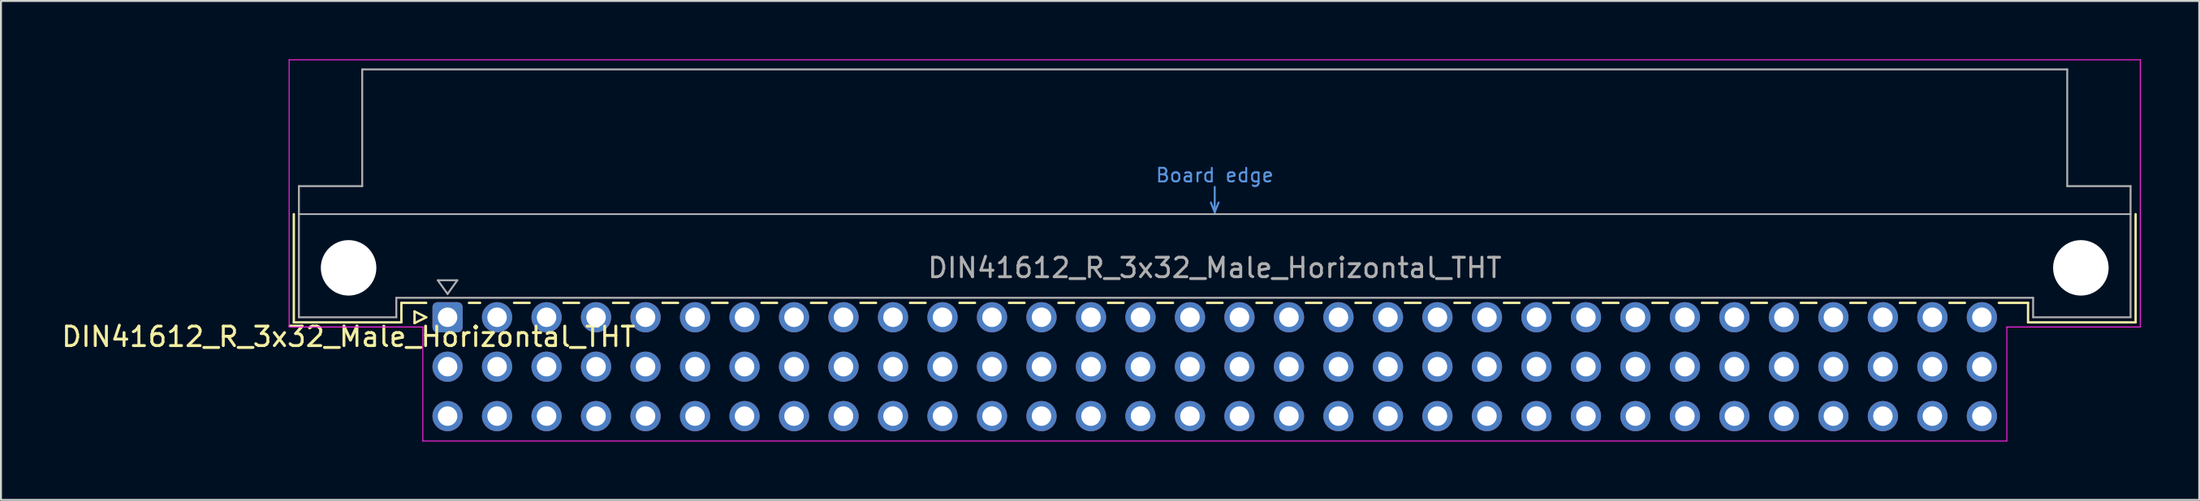
<source format=kicad_pcb>
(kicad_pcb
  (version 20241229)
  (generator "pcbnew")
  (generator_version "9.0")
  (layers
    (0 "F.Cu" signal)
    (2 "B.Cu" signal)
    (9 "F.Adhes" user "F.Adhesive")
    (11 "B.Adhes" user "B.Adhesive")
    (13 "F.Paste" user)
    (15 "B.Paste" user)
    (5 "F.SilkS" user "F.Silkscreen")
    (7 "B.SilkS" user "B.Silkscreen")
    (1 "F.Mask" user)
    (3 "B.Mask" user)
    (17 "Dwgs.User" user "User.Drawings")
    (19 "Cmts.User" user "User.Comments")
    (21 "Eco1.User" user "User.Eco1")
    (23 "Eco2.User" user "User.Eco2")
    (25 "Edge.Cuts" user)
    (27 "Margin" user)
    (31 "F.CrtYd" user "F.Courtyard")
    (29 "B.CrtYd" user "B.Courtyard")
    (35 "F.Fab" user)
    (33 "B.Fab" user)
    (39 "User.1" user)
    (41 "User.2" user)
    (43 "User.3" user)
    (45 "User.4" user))
  (footprint "DIN41612_R_3x32_Male_Horizontal_THT"
    (layer "F.Cu")
    (at 19.919 13.255)
    (property "Reference" "DIN41612_R_3x32_Male_Horizontal_THT" (at -5.08 1 0) (layer "F.SilkS") (effects (font (size 1 1) (thickness 0.15))))
    (attr through_hole)
    (fp_line (start -7.89 -5.3) (end -7.89 0.26) (stroke (width 0.12) (type solid)) (layer "F.SilkS"))
    (fp_line (start -7.89 0.26) (end -2.37 0.26) (stroke (width 0.12) (type solid)) (layer "F.SilkS"))
    (fp_line (start -2.371 -0.74) (end -1.095 -0.74) (stroke (width 0.12) (type solid)) (layer "F.SilkS"))
    (fp_line (start -2.37 0.26) (end -2.37 -0.74) (stroke (width 0.12) (type solid)) (layer "F.SilkS"))
    (fp_line (start -1.695 -0.3) (end -1.695 0.3) (stroke (width 0.12) (type solid)) (layer "F.SilkS"))
    (fp_line (start -1.695 0.3) (end -1.095 0) (stroke (width 0.12) (type solid)) (layer "F.SilkS"))
    (fp_line (start -1.095 0) (end -1.695 -0.3) (stroke (width 0.12) (type solid)) (layer "F.SilkS"))
    (fp_line (start 1.095 -0.74) (end 1.671 -0.74) (stroke (width 0.12) (type solid)) (layer "F.SilkS"))
    (fp_line (start 3.41 -0.74) (end 4.211 -0.74) (stroke (width 0.12) (type solid)) (layer "F.SilkS"))
    (fp_line (start 5.95 -0.74) (end 6.751 -0.74) (stroke (width 0.12) (type solid)) (layer "F.SilkS"))
    (fp_line (start 8.49 -0.74) (end 9.291 -0.74) (stroke (width 0.12) (type solid)) (layer "F.SilkS"))
    (fp_line (start 11.03 -0.74) (end 11.831 -0.74) (stroke (width 0.12) (type solid)) (layer "F.SilkS"))
    (fp_line (start 13.57 -0.74) (end 14.371 -0.74) (stroke (width 0.12) (type solid)) (layer "F.SilkS"))
    (fp_line (start 16.11 -0.74) (end 16.911 -0.74) (stroke (width 0.12) (type solid)) (layer "F.SilkS"))
    (fp_line (start 18.65 -0.74) (end 19.451 -0.74) (stroke (width 0.12) (type solid)) (layer "F.SilkS"))
    (fp_line (start 21.19 -0.74) (end 21.991 -0.74) (stroke (width 0.12) (type solid)) (layer "F.SilkS"))
    (fp_line (start 23.73 -0.74) (end 24.531 -0.74) (stroke (width 0.12) (type solid)) (layer "F.SilkS"))
    (fp_line (start 26.27 -0.74) (end 27.071 -0.74) (stroke (width 0.12) (type solid)) (layer "F.SilkS"))
    (fp_line (start 28.81 -0.74) (end 29.611 -0.74) (stroke (width 0.12) (type solid)) (layer "F.SilkS"))
    (fp_line (start 31.35 -0.74) (end 32.151 -0.74) (stroke (width 0.12) (type solid)) (layer "F.SilkS"))
    (fp_line (start 33.89 -0.74) (end 34.691 -0.74) (stroke (width 0.12) (type solid)) (layer "F.SilkS"))
    (fp_line (start 36.43 -0.74) (end 37.231 -0.74) (stroke (width 0.12) (type solid)) (layer "F.SilkS"))
    (fp_line (start 38.97 -0.74) (end 39.771 -0.74) (stroke (width 0.12) (type solid)) (layer "F.SilkS"))
    (fp_line (start 41.51 -0.74) (end 42.311 -0.74) (stroke (width 0.12) (type solid)) (layer "F.SilkS"))
    (fp_line (start 44.05 -0.74) (end 44.851 -0.74) (stroke (width 0.12) (type solid)) (layer "F.SilkS"))
    (fp_line (start 46.59 -0.74) (end 47.391 -0.74) (stroke (width 0.12) (type solid)) (layer "F.SilkS"))
    (fp_line (start 49.13 -0.74) (end 49.931 -0.74) (stroke (width 0.12) (type solid)) (layer "F.SilkS"))
    (fp_line (start 51.67 -0.74) (end 52.471 -0.74) (stroke (width 0.12) (type solid)) (layer "F.SilkS"))
    (fp_line (start 54.21 -0.74) (end 55.011 -0.74) (stroke (width 0.12) (type solid)) (layer "F.SilkS"))
    (fp_line (start 56.75 -0.74) (end 57.551 -0.74) (stroke (width 0.12) (type solid)) (layer "F.SilkS"))
    (fp_line (start 59.29 -0.74) (end 60.091 -0.74) (stroke (width 0.12) (type solid)) (layer "F.SilkS"))
    (fp_line (start 61.83 -0.74) (end 62.631 -0.74) (stroke (width 0.12) (type solid)) (layer "F.SilkS"))
    (fp_line (start 64.37 -0.74) (end 65.171 -0.74) (stroke (width 0.12) (type solid)) (layer "F.SilkS"))
    (fp_line (start 66.91 -0.74) (end 67.711 -0.74) (stroke (width 0.12) (type solid)) (layer "F.SilkS"))
    (fp_line (start 69.45 -0.74) (end 70.251 -0.74) (stroke (width 0.12) (type solid)) (layer "F.SilkS"))
    (fp_line (start 71.99 -0.74) (end 72.791 -0.74) (stroke (width 0.12) (type solid)) (layer "F.SilkS"))
    (fp_line (start 74.53 -0.74) (end 75.331 -0.74) (stroke (width 0.12) (type solid)) (layer "F.SilkS"))
    (fp_line (start 77.07 -0.74) (end 77.871 -0.74) (stroke (width 0.12) (type solid)) (layer "F.SilkS"))
    (fp_line (start 79.61 -0.74) (end 81.11 -0.74) (stroke (width 0.12) (type solid)) (layer "F.SilkS"))
    (fp_line (start 81.11 0.26) (end 81.11 -0.74) (stroke (width 0.12) (type solid)) (layer "F.SilkS"))
    (fp_line (start 86.63 -5.3) (end 86.63 0.26) (stroke (width 0.12) (type solid)) (layer "F.SilkS"))
    (fp_line (start 86.63 0.26) (end 81.11 0.26) (stroke (width 0.12) (type solid)) (layer "F.SilkS"))
    (fp_line (start -7.63 -5.3) (end 86.37 -5.3) (stroke (width 0.08) (type solid)) (layer "Dwgs.User"))
    (fp_line (start 39.17 -5.9) (end 39.37 -5.4) (stroke (width 0.1) (type solid)) (layer "Cmts.User"))
    (fp_line (start 39.37 -5.4) (end 39.37 -6.7) (stroke (width 0.1) (type solid)) (layer "Cmts.User"))
    (fp_line (start 39.37 -5.4) (end 39.57 -5.9) (stroke (width 0.1) (type solid)) (layer "Cmts.User"))
    (fp_line (start -8.13 -13.23) (end -8.13 0.5) (stroke (width 0.05) (type solid)) (layer "F.CrtYd"))
    (fp_line (start -8.13 0.5) (end -1.27 0.5) (stroke (width 0.05) (type solid)) (layer "F.CrtYd"))
    (fp_line (start -1.27 0.5) (end -1.27 6.36) (stroke (width 0.05) (type solid)) (layer "F.CrtYd"))
    (fp_line (start -1.27 6.36) (end 80.02 6.36) (stroke (width 0.05) (type solid)) (layer "F.CrtYd"))
    (fp_line (start 80.02 0.5) (end 86.87 0.5) (stroke (width 0.05) (type solid)) (layer "F.CrtYd"))
    (fp_line (start 80.02 6.36) (end 80.02 0.5) (stroke (width 0.05) (type solid)) (layer "F.CrtYd"))
    (fp_line (start 86.87 -13.23) (end -8.13 -13.23) (stroke (width 0.05) (type solid)) (layer "F.CrtYd"))
    (fp_line (start 86.87 0.5) (end 86.87 -13.23) (stroke (width 0.05) (type solid)) (layer "F.CrtYd"))
    (fp_line (start -7.63 -6.74) (end -7.63 0) (stroke (width 0.1) (type solid)) (layer "F.Fab"))
    (fp_line (start -7.63 0) (end -2.63 0) (stroke (width 0.1) (type solid)) (layer "F.Fab"))
    (fp_line (start -4.38 -12.74) (end -4.38 -6.74) (stroke (width 0.1) (type solid)) (layer "F.Fab"))
    (fp_line (start -4.38 -6.74) (end -7.63 -6.74) (stroke (width 0.1) (type solid)) (layer "F.Fab"))
    (fp_line (start -2.63 -1) (end 81.37 -1) (stroke (width 0.1) (type solid)) (layer "F.Fab"))
    (fp_line (start -2.63 0) (end -2.63 -1) (stroke (width 0.1) (type solid)) (layer "F.Fab"))
    (fp_line (start -0.5 -1.9) (end 0.5 -1.9) (stroke (width 0.1) (type solid)) (layer "F.Fab"))
    (fp_line (start 0 -1.2) (end -0.5 -1.9) (stroke (width 0.1) (type solid)) (layer "F.Fab"))
    (fp_line (start 0.5 -1.9) (end 0 -1.2) (stroke (width 0.1) (type solid)) (layer "F.Fab"))
    (fp_line (start 81.37 -1) (end 81.37 0) (stroke (width 0.1) (type solid)) (layer "F.Fab"))
    (fp_line (start 81.37 0) (end 86.37 0) (stroke (width 0.1) (type solid)) (layer "F.Fab"))
    (fp_line (start 83.12 -12.74) (end -4.38 -12.74) (stroke (width 0.1) (type solid)) (layer "F.Fab"))
    (fp_line (start 83.12 -6.74) (end 83.12 -12.74) (stroke (width 0.1) (type solid)) (layer "F.Fab"))
    (fp_line (start 86.37 -6.74) (end 83.12 -6.74) (stroke (width 0.1) (type solid)) (layer "F.Fab"))
    (fp_line (start 86.37 0) (end 86.37 -6.74) (stroke (width 0.1) (type solid)) (layer "F.Fab"))
    (fp_text user "Board edge" (at 39.37 -7.3 0) (layer "Cmts.User") (effects (font (size 0.7 0.7) (thickness 0.1))))
    (fp_text user "${REFERENCE}" (at 39.37 -2.54 0) (layer "F.Fab") (effects (font (size 1 1) (thickness 0.15))))
    (pad "" np_thru_hole circle (at -5.08 -2.54) (size 2.85 2.85) (drill 2.85) (layers "*.Cu" "*.Mask"))
    (pad "" np_thru_hole circle (at 83.82 -2.54) (size 2.85 2.85) (drill 2.85) (layers "*.Cu" "*.Mask"))
    (pad "a1" thru_hole roundrect (at 0 0) (size 1.55 1.55) (drill 1) (layers "*.Cu" "*.Mask") (roundrect_rratio 0.161))
    (pad "a2" thru_hole circle (at 2.54 0) (size 1.55 1.55) (drill 1) (layers "*.Cu" "*.Mask"))
    (pad "a3" thru_hole circle (at 5.08 0) (size 1.55 1.55) (drill 1) (layers "*.Cu" "*.Mask"))
    (pad "a4" thru_hole circle (at 7.62 0) (size 1.55 1.55) (drill 1) (layers "*.Cu" "*.Mask"))
    (pad "a5" thru_hole circle (at 10.16 0) (size 1.55 1.55) (drill 1) (layers "*.Cu" "*.Mask"))
    (pad "a6" thru_hole circle (at 12.7 0) (size 1.55 1.55) (drill 1) (layers "*.Cu" "*.Mask"))
    (pad "a7" thru_hole circle (at 15.24 0) (size 1.55 1.55) (drill 1) (layers "*.Cu" "*.Mask"))
    (pad "a8" thru_hole circle (at 17.78 0) (size 1.55 1.55) (drill 1) (layers "*.Cu" "*.Mask"))
    (pad "a9" thru_hole circle (at 20.32 0) (size 1.55 1.55) (drill 1) (layers "*.Cu" "*.Mask"))
    (pad "a10" thru_hole circle (at 22.86 0) (size 1.55 1.55) (drill 1) (layers "*.Cu" "*.Mask"))
    (pad "a11" thru_hole circle (at 25.4 0) (size 1.55 1.55) (drill 1) (layers "*.Cu" "*.Mask"))
    (pad "a12" thru_hole circle (at 27.94 0) (size 1.55 1.55) (drill 1) (layers "*.Cu" "*.Mask"))
    (pad "a13" thru_hole circle (at 30.48 0) (size 1.55 1.55) (drill 1) (layers "*.Cu" "*.Mask"))
    (pad "a14" thru_hole circle (at 33.02 0) (size 1.55 1.55) (drill 1) (layers "*.Cu" "*.Mask"))
    (pad "a15" thru_hole circle (at 35.56 0) (size 1.55 1.55) (drill 1) (layers "*.Cu" "*.Mask"))
    (pad "a16" thru_hole circle (at 38.1 0) (size 1.55 1.55) (drill 1) (layers "*.Cu" "*.Mask"))
    (pad "a17" thru_hole circle (at 40.64 0) (size 1.55 1.55) (drill 1) (layers "*.Cu" "*.Mask"))
    (pad "a18" thru_hole circle (at 43.18 0) (size 1.55 1.55) (drill 1) (layers "*.Cu" "*.Mask"))
    (pad "a19" thru_hole circle (at 45.72 0) (size 1.55 1.55) (drill 1) (layers "*.Cu" "*.Mask"))
    (pad "a20" thru_hole circle (at 48.26 0) (size 1.55 1.55) (drill 1) (layers "*.Cu" "*.Mask"))
    (pad "a21" thru_hole circle (at 50.8 0) (size 1.55 1.55) (drill 1) (layers "*.Cu" "*.Mask"))
    (pad "a22" thru_hole circle (at 53.34 0) (size 1.55 1.55) (drill 1) (layers "*.Cu" "*.Mask"))
    (pad "a23" thru_hole circle (at 55.88 0) (size 1.55 1.55) (drill 1) (layers "*.Cu" "*.Mask"))
    (pad "a24" thru_hole circle (at 58.42 0) (size 1.55 1.55) (drill 1) (layers "*.Cu" "*.Mask"))
    (pad "a25" thru_hole circle (at 60.96 0) (size 1.55 1.55) (drill 1) (layers "*.Cu" "*.Mask"))
    (pad "a26" thru_hole circle (at 63.5 0) (size 1.55 1.55) (drill 1) (layers "*.Cu" "*.Mask"))
    (pad "a27" thru_hole circle (at 66.04 0) (size 1.55 1.55) (drill 1) (layers "*.Cu" "*.Mask"))
    (pad "a28" thru_hole circle (at 68.58 0) (size 1.55 1.55) (drill 1) (layers "*.Cu" "*.Mask"))
    (pad "a29" thru_hole circle (at 71.12 0) (size 1.55 1.55) (drill 1) (layers "*.Cu" "*.Mask"))
    (pad "a30" thru_hole circle (at 73.66 0) (size 1.55 1.55) (drill 1) (layers "*.Cu" "*.Mask"))
    (pad "a31" thru_hole circle (at 76.2 0) (size 1.55 1.55) (drill 1) (layers "*.Cu" "*.Mask"))
    (pad "a32" thru_hole circle (at 78.74 0) (size 1.55 1.55) (drill 1) (layers "*.Cu" "*.Mask"))
    (pad "b1" thru_hole circle (at 0 2.54) (size 1.55 1.55) (drill 1) (layers "*.Cu" "*.Mask"))
    (pad "b2" thru_hole circle (at 2.54 2.54) (size 1.55 1.55) (drill 1) (layers "*.Cu" "*.Mask"))
    (pad "b3" thru_hole circle (at 5.08 2.54) (size 1.55 1.55) (drill 1) (layers "*.Cu" "*.Mask"))
    (pad "b4" thru_hole circle (at 7.62 2.54) (size 1.55 1.55) (drill 1) (layers "*.Cu" "*.Mask"))
    (pad "b5" thru_hole circle (at 10.16 2.54) (size 1.55 1.55) (drill 1) (layers "*.Cu" "*.Mask"))
    (pad "b6" thru_hole circle (at 12.7 2.54) (size 1.55 1.55) (drill 1) (layers "*.Cu" "*.Mask"))
    (pad "b7" thru_hole circle (at 15.24 2.54) (size 1.55 1.55) (drill 1) (layers "*.Cu" "*.Mask"))
    (pad "b8" thru_hole circle (at 17.78 2.54) (size 1.55 1.55) (drill 1) (layers "*.Cu" "*.Mask"))
    (pad "b9" thru_hole circle (at 20.32 2.54) (size 1.55 1.55) (drill 1) (layers "*.Cu" "*.Mask"))
    (pad "b10" thru_hole circle (at 22.86 2.54) (size 1.55 1.55) (drill 1) (layers "*.Cu" "*.Mask"))
    (pad "b11" thru_hole circle (at 25.4 2.54) (size 1.55 1.55) (drill 1) (layers "*.Cu" "*.Mask"))
    (pad "b12" thru_hole circle (at 27.94 2.54) (size 1.55 1.55) (drill 1) (layers "*.Cu" "*.Mask"))
    (pad "b13" thru_hole circle (at 30.48 2.54) (size 1.55 1.55) (drill 1) (layers "*.Cu" "*.Mask"))
    (pad "b14" thru_hole circle (at 33.02 2.54) (size 1.55 1.55) (drill 1) (layers "*.Cu" "*.Mask"))
    (pad "b15" thru_hole circle (at 35.56 2.54) (size 1.55 1.55) (drill 1) (layers "*.Cu" "*.Mask"))
    (pad "b16" thru_hole circle (at 38.1 2.54) (size 1.55 1.55) (drill 1) (layers "*.Cu" "*.Mask"))
    (pad "b17" thru_hole circle (at 40.64 2.54) (size 1.55 1.55) (drill 1) (layers "*.Cu" "*.Mask"))
    (pad "b18" thru_hole circle (at 43.18 2.54) (size 1.55 1.55) (drill 1) (layers "*.Cu" "*.Mask"))
    (pad "b19" thru_hole circle (at 45.72 2.54) (size 1.55 1.55) (drill 1) (layers "*.Cu" "*.Mask"))
    (pad "b20" thru_hole circle (at 48.26 2.54) (size 1.55 1.55) (drill 1) (layers "*.Cu" "*.Mask"))
    (pad "b21" thru_hole circle (at 50.8 2.54) (size 1.55 1.55) (drill 1) (layers "*.Cu" "*.Mask"))
    (pad "b22" thru_hole circle (at 53.34 2.54) (size 1.55 1.55) (drill 1) (layers "*.Cu" "*.Mask"))
    (pad "b23" thru_hole circle (at 55.88 2.54) (size 1.55 1.55) (drill 1) (layers "*.Cu" "*.Mask"))
    (pad "b24" thru_hole circle (at 58.42 2.54) (size 1.55 1.55) (drill 1) (layers "*.Cu" "*.Mask"))
    (pad "b25" thru_hole circle (at 60.96 2.54) (size 1.55 1.55) (drill 1) (layers "*.Cu" "*.Mask"))
    (pad "b26" thru_hole circle (at 63.5 2.54) (size 1.55 1.55) (drill 1) (layers "*.Cu" "*.Mask"))
    (pad "b27" thru_hole circle (at 66.04 2.54) (size 1.55 1.55) (drill 1) (layers "*.Cu" "*.Mask"))
    (pad "b28" thru_hole circle (at 68.58 2.54) (size 1.55 1.55) (drill 1) (layers "*.Cu" "*.Mask"))
    (pad "b29" thru_hole circle (at 71.12 2.54) (size 1.55 1.55) (drill 1) (layers "*.Cu" "*.Mask"))
    (pad "b30" thru_hole circle (at 73.66 2.54) (size 1.55 1.55) (drill 1) (layers "*.Cu" "*.Mask"))
    (pad "b31" thru_hole circle (at 76.2 2.54) (size 1.55 1.55) (drill 1) (layers "*.Cu" "*.Mask"))
    (pad "b32" thru_hole circle (at 78.74 2.54) (size 1.55 1.55) (drill 1) (layers "*.Cu" "*.Mask"))
    (pad "c1" thru_hole circle (at 0 5.08) (size 1.55 1.55) (drill 1) (layers "*.Cu" "*.Mask"))
    (pad "c2" thru_hole circle (at 2.54 5.08) (size 1.55 1.55) (drill 1) (layers "*.Cu" "*.Mask"))
    (pad "c3" thru_hole circle (at 5.08 5.08) (size 1.55 1.55) (drill 1) (layers "*.Cu" "*.Mask"))
    (pad "c4" thru_hole circle (at 7.62 5.08) (size 1.55 1.55) (drill 1) (layers "*.Cu" "*.Mask"))
    (pad "c5" thru_hole circle (at 10.16 5.08) (size 1.55 1.55) (drill 1) (layers "*.Cu" "*.Mask"))
    (pad "c6" thru_hole circle (at 12.7 5.08) (size 1.55 1.55) (drill 1) (layers "*.Cu" "*.Mask"))
    (pad "c7" thru_hole circle (at 15.24 5.08) (size 1.55 1.55) (drill 1) (layers "*.Cu" "*.Mask"))
    (pad "c8" thru_hole circle (at 17.78 5.08) (size 1.55 1.55) (drill 1) (layers "*.Cu" "*.Mask"))
    (pad "c9" thru_hole circle (at 20.32 5.08) (size 1.55 1.55) (drill 1) (layers "*.Cu" "*.Mask"))
    (pad "c10" thru_hole circle (at 22.86 5.08) (size 1.55 1.55) (drill 1) (layers "*.Cu" "*.Mask"))
    (pad "c11" thru_hole circle (at 25.4 5.08) (size 1.55 1.55) (drill 1) (layers "*.Cu" "*.Mask"))
    (pad "c12" thru_hole circle (at 27.94 5.08) (size 1.55 1.55) (drill 1) (layers "*.Cu" "*.Mask"))
    (pad "c13" thru_hole circle (at 30.48 5.08) (size 1.55 1.55) (drill 1) (layers "*.Cu" "*.Mask"))
    (pad "c14" thru_hole circle (at 33.02 5.08) (size 1.55 1.55) (drill 1) (layers "*.Cu" "*.Mask"))
    (pad "c15" thru_hole circle (at 35.56 5.08) (size 1.55 1.55) (drill 1) (layers "*.Cu" "*.Mask"))
    (pad "c16" thru_hole circle (at 38.1 5.08) (size 1.55 1.55) (drill 1) (layers "*.Cu" "*.Mask"))
    (pad "c17" thru_hole circle (at 40.64 5.08) (size 1.55 1.55) (drill 1) (layers "*.Cu" "*.Mask"))
    (pad "c18" thru_hole circle (at 43.18 5.08) (size 1.55 1.55) (drill 1) (layers "*.Cu" "*.Mask"))
    (pad "c19" thru_hole circle (at 45.72 5.08) (size 1.55 1.55) (drill 1) (layers "*.Cu" "*.Mask"))
    (pad "c20" thru_hole circle (at 48.26 5.08) (size 1.55 1.55) (drill 1) (layers "*.Cu" "*.Mask"))
    (pad "c21" thru_hole circle (at 50.8 5.08) (size 1.55 1.55) (drill 1) (layers "*.Cu" "*.Mask"))
    (pad "c22" thru_hole circle (at 53.34 5.08) (size 1.55 1.55) (drill 1) (layers "*.Cu" "*.Mask"))
    (pad "c23" thru_hole circle (at 55.88 5.08) (size 1.55 1.55) (drill 1) (layers "*.Cu" "*.Mask"))
    (pad "c24" thru_hole circle (at 58.42 5.08) (size 1.55 1.55) (drill 1) (layers "*.Cu" "*.Mask"))
    (pad "c25" thru_hole circle (at 60.96 5.08) (size 1.55 1.55) (drill 1) (layers "*.Cu" "*.Mask"))
    (pad "c26" thru_hole circle (at 63.5 5.08) (size 1.55 1.55) (drill 1) (layers "*.Cu" "*.Mask"))
    (pad "c27" thru_hole circle (at 66.04 5.08) (size 1.55 1.55) (drill 1) (layers "*.Cu" "*.Mask"))
    (pad "c28" thru_hole circle (at 68.58 5.08) (size 1.55 1.55) (drill 1) (layers "*.Cu" "*.Mask"))
    (pad "c29" thru_hole circle (at 71.12 5.08) (size 1.55 1.55) (drill 1) (layers "*.Cu" "*.Mask"))
    (pad "c30" thru_hole circle (at 73.66 5.08) (size 1.55 1.55) (drill 1) (layers "*.Cu" "*.Mask"))
    (pad "c31" thru_hole circle (at 76.2 5.08) (size 1.55 1.55) (drill 1) (layers "*.Cu" "*.Mask"))
    (pad "c32" thru_hole circle (at 78.74 5.08) (size 1.55 1.55) (drill 1) (layers "*.Cu" "*.Mask")))
  (gr_rect
    (start -3 -3)
    (end 109.814 22.64)
    (stroke (width 0.1) (type default))
    (fill no)
    (layer "Edge.Cuts")))
</source>
